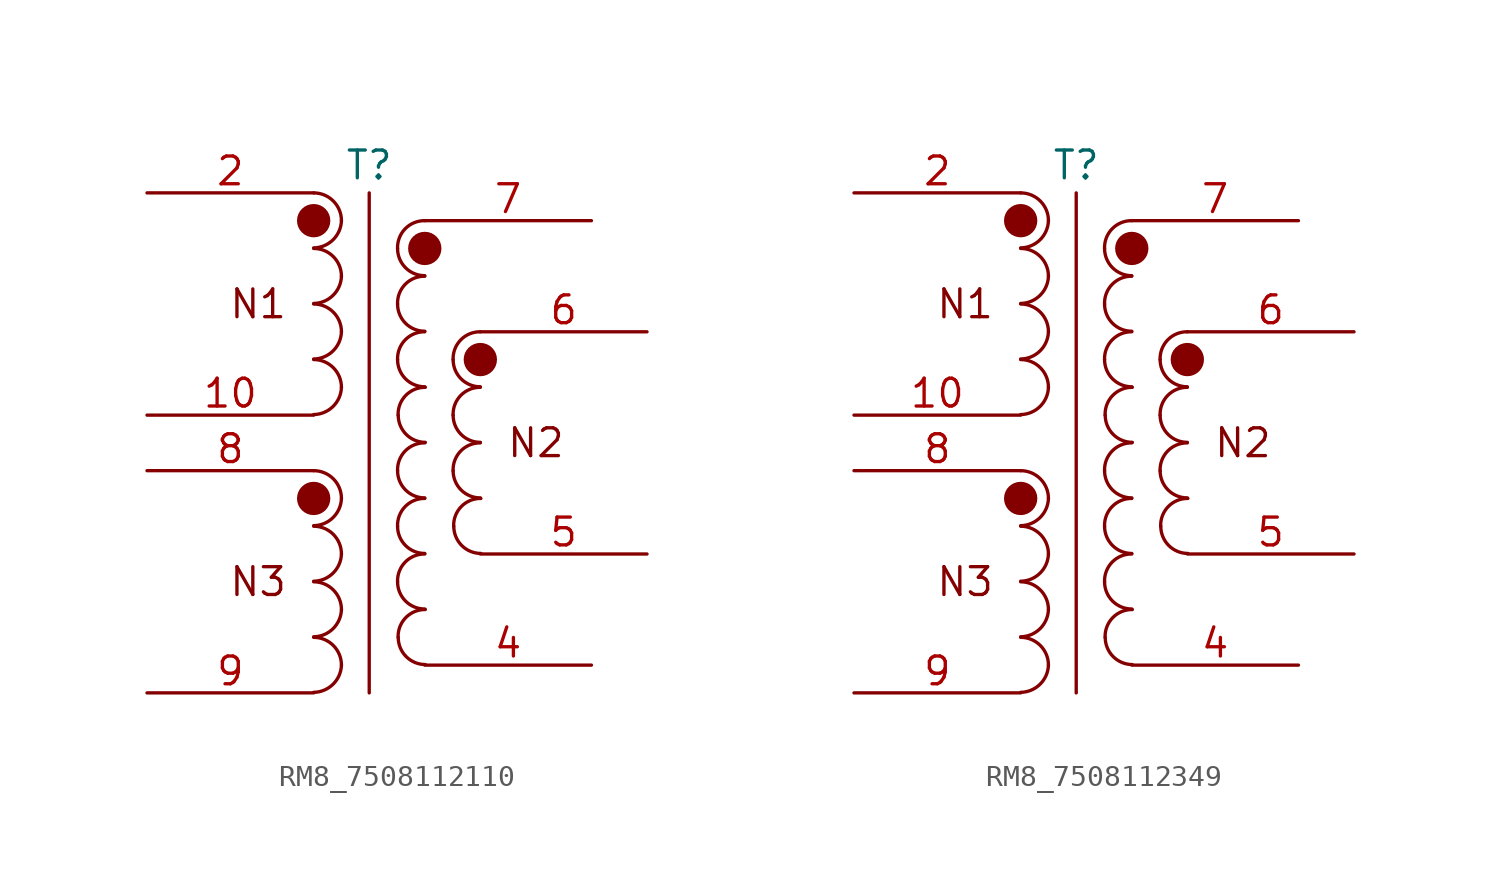
<source format=kicad_sym>
(kicad_symbol_lib
  (version 20220914)
  (generator kicad_symbol_editor)
  (symbol "RM8_7508112110"
    (pin_names hide)
    (property "Reference" "T"
      (at 0 12.7 0)
      (effects (font (size 1.27 1.27))))
    (symbol "RM8_7508112110_0_1"
      (arc (start -2.54 -11.4046) (mid -1.6561 -11.0363) (end -1.27 -10.16) (stroke (width 0) (type default)) (fill (type none)))
      (arc (start -2.54 -8.8646) (mid -1.6561 -8.4963) (end -1.27 -7.62) (stroke (width 0) (type default)) (fill (type none)))
      (arc (start -2.54 -6.3246) (mid -1.6561 -5.9563) (end -1.27 -5.08) (stroke (width 0) (type default)) (fill (type none)))
      (arc (start -2.54 -3.7846) (mid -1.6561 -3.4163) (end -1.27 -2.54) (stroke (width 0) (type default)) (fill (type none)))
      (arc (start -2.54 1.2954) (mid -1.6561 1.6637) (end -1.27 2.54) (stroke (width 0) (type default)) (fill (type none)))
      (arc (start -2.54 3.8354) (mid -1.6561 4.2037) (end -1.27 5.08) (stroke (width 0) (type default)) (fill (type none)))
      (arc (start -2.54 6.3754) (mid -1.6561 6.7437) (end -1.27 7.62) (stroke (width 0) (type default)) (fill (type none)))
      (arc (start -2.54 8.9154) (mid -1.6561 9.2837) (end -1.27 10.16) (stroke (width 0) (type default)) (fill (type none)))
      (arc (start -1.27 -10.16) (mid -1.642 -9.262) (end -2.54 -8.89) (stroke (width 0) (type default)) (fill (type none)))
      (arc (start -1.27 -7.62) (mid -1.642 -6.722) (end -2.54 -6.35) (stroke (width 0) (type default)) (fill (type none)))
      (arc (start -1.27 -5.08) (mid -1.642 -4.182) (end -2.54 -3.81) (stroke (width 0) (type default)) (fill (type none)))
      (arc (start -1.27 -2.54) (mid -1.642 -1.642) (end -2.54 -1.27) (stroke (width 0) (type default)) (fill (type none)))
      (arc (start -1.27 2.54) (mid -1.642 3.438) (end -2.54 3.81) (stroke (width 0) (type default)) (fill (type none)))
      (arc (start -1.27 5.08) (mid -1.642 5.978) (end -2.54 6.35) (stroke (width 0) (type default)) (fill (type none)))
      (arc (start -1.27 7.62) (mid -1.642 8.518) (end -2.54 8.89) (stroke (width 0) (type default)) (fill (type none)))
      (arc (start -1.27 10.16) (mid -1.642 11.058) (end -2.54 11.43) (stroke (width 0) (type default)) (fill (type none)))
      (polyline (pts (xy 0 11.43) (xy 0 -11.43)) (stroke (width 0) (type default)) (fill (type none)))
      (arc (start 1.2954 -6.35) (mid 1.6599 -7.2301) (end 2.54 -7.5946) (stroke (width 0) (type default)) (fill (type none)))
      (arc (start 1.2954 -3.81) (mid 1.6599 -4.6901) (end 2.54 -5.0546) (stroke (width 0) (type default)) (fill (type none)))
      (arc (start 1.2954 -1.27) (mid 1.6599 -2.1501) (end 2.54 -2.5146) (stroke (width 0) (type default)) (fill (type none)))
      (arc (start 1.2954 3.81) (mid 1.6599 2.9299) (end 2.54 2.5654) (stroke (width 0) (type default)) (fill (type none)))
      (arc (start 1.2954 6.35) (mid 1.6599 5.4699) (end 2.54 5.1054) (stroke (width 0) (type default)) (fill (type none)))
      (arc (start 1.2954 8.89) (mid 1.6599 8.0099) (end 2.54 7.6454) (stroke (width 0) (type default)) (fill (type none)))
      (arc (start 1.3208 -8.89) (mid 1.6853 -9.7703) (end 2.5654 -10.1346) (stroke (width 0) (type default)) (fill (type none)))
      (arc (start 1.3208 1.27) (mid 1.6853 0.3897) (end 2.5654 0.0254) (stroke (width 0) (type default)) (fill (type none)))
      (arc (start 2.54 -5.08) (mid 1.6458 -5.4485) (end 1.2954 -6.35) (stroke (width 0) (type default)) (fill (type none)))
      (arc (start 2.54 -2.54) (mid 1.6458 -2.9085) (end 1.2954 -3.81) (stroke (width 0) (type default)) (fill (type none)))
      (arc (start 2.54 0) (mid 1.6458 -0.3685) (end 1.2954 -1.27) (stroke (width 0) (type default)) (fill (type none)))
      (arc (start 2.54 5.08) (mid 1.6458 4.7115) (end 1.2954 3.81) (stroke (width 0) (type default)) (fill (type none)))
      (arc (start 2.54 7.62) (mid 1.6458 7.2515) (end 1.2954 6.35) (stroke (width 0) (type default)) (fill (type none)))
      (arc (start 2.54 10.16) (mid 1.6458 9.7915) (end 1.2954 8.89) (stroke (width 0) (type default)) (fill (type none)))
      (arc (start 2.5654 -7.62) (mid 1.6709 -7.9883) (end 1.3208 -8.89) (stroke (width 0) (type default)) (fill (type none)))
      (arc (start 2.5654 2.54) (mid 1.6709 2.1717) (end 1.3208 1.27) (stroke (width 0) (type default)) (fill (type none)))
      (arc (start 3.8354 -1.27) (mid 4.1999 -2.1501) (end 5.08 -2.5146) (stroke (width 0) (type default)) (fill (type none)))
      (arc (start 3.8354 1.27) (mid 4.1999 0.3899) (end 5.08 0.0254) (stroke (width 0) (type default)) (fill (type none)))
      (arc (start 3.8354 3.81) (mid 4.1999 2.9299) (end 5.08 2.5654) (stroke (width 0) (type default)) (fill (type none)))
      (arc (start 3.8608 -3.81) (mid 4.2254 -4.6899) (end 5.1054 -5.0546) (stroke (width 0) (type default)) (fill (type none)))
      (arc (start 5.08 0) (mid 4.1858 -0.3685) (end 3.8354 -1.27) (stroke (width 0) (type default)) (fill (type none)))
      (arc (start 5.08 2.54) (mid 4.1858 2.1715) (end 3.8354 1.27) (stroke (width 0) (type default)) (fill (type none)))
      (arc (start 5.08 5.08) (mid 4.1858 4.7115) (end 3.8354 3.81) (stroke (width 0) (type default)) (fill (type none)))
      (arc (start 5.1054 -2.54) (mid 4.2109 -2.9083) (end 3.8608 -3.81) (stroke (width 0) (type default)) (fill (type none))))
    (symbol "RM8_7508112110_1_1"
      (circle (center -2.54 -2.54) (radius 0.0001) (stroke (width 0.762) (type default)) (fill (type none)))
      (circle (center -2.54 10.16) (radius 0.0001) (stroke (width 0.762) (type default)) (fill (type none)))
      (circle (center 2.54 8.89) (radius 0.0001) (stroke (width 0.762) (type default)) (fill (type none)))
      (circle (center 5.08 3.81) (radius 0.0001) (stroke (width 0.762) (type default)) (fill (type none)))
      (text "N1" (at -5.08 6.35 0) (effects (font (size 1.27 1.27))))
      (text "N2" (at 7.62 0 0) (effects (font (size 1.27 1.27))))
      (text "N3" (at -5.08 -6.35 0) (effects (font (size 1.27 1.27))))
      (pin passive line (at -10.16 1.27 0) (length 7.62) (name "10" (effects (font (size 1.27 1.27)))) (number "10" (effects (font (size 1.27 1.27)))))
      (pin passive line (at -10.16 11.43 0) (length 7.62) (name "2" (effects (font (size 1.27 1.27)))) (number "2" (effects (font (size 1.27 1.27)))))
      (pin passive line (at 10.16 -10.16 180) (length 7.62) (name "4" (effects (font (size 1.27 1.27)))) (number "4" (effects (font (size 1.27 1.27)))))
      (pin passive line (at 12.7 -5.08 180) (length 7.62) (name "5" (effects (font (size 1.27 1.27)))) (number "5" (effects (font (size 1.27 1.27)))))
      (pin passive line (at 12.7 5.08 180) (length 7.62) (name "6" (effects (font (size 1.27 1.27)))) (number "6" (effects (font (size 1.27 1.27)))))
      (pin passive line (at 10.16 10.16 180) (length 7.62) (name "7" (effects (font (size 1.27 1.27)))) (number "7" (effects (font (size 1.27 1.27)))))
      (pin passive line (at -10.16 -1.27 0) (length 7.62) (name "8" (effects (font (size 1.27 1.27)))) (number "8" (effects (font (size 1.27 1.27)))))
      (pin passive line (at -10.16 -11.43 0) (length 7.62) (name "9" (effects (font (size 1.27 1.27)))) (number "9" (effects (font (size 1.27 1.27)))))))
  (symbol "RM8_7508112349"
    (pin_names hide)
    (property "Reference" "T"
      (at 0 12.7 0)
      (effects (font (size 1.27 1.27))))
    (symbol "RM8_7508112349_0_1"
      (arc (start -2.54 -11.4046) (mid -1.6561 -11.0363) (end -1.27 -10.16) (stroke (width 0) (type default)) (fill (type none)))
      (arc (start -2.54 -8.8646) (mid -1.6561 -8.4963) (end -1.27 -7.62) (stroke (width 0) (type default)) (fill (type none)))
      (arc (start -2.54 -6.3246) (mid -1.6561 -5.9563) (end -1.27 -5.08) (stroke (width 0) (type default)) (fill (type none)))
      (arc (start -2.54 -3.7846) (mid -1.6561 -3.4163) (end -1.27 -2.54) (stroke (width 0) (type default)) (fill (type none)))
      (arc (start -2.54 1.2954) (mid -1.6561 1.6637) (end -1.27 2.54) (stroke (width 0) (type default)) (fill (type none)))
      (arc (start -2.54 3.8354) (mid -1.6561 4.2037) (end -1.27 5.08) (stroke (width 0) (type default)) (fill (type none)))
      (arc (start -2.54 6.3754) (mid -1.6561 6.7437) (end -1.27 7.62) (stroke (width 0) (type default)) (fill (type none)))
      (arc (start -2.54 8.9154) (mid -1.6561 9.2837) (end -1.27 10.16) (stroke (width 0) (type default)) (fill (type none)))
      (arc (start -1.27 -10.16) (mid -1.642 -9.262) (end -2.54 -8.89) (stroke (width 0) (type default)) (fill (type none)))
      (arc (start -1.27 -7.62) (mid -1.642 -6.722) (end -2.54 -6.35) (stroke (width 0) (type default)) (fill (type none)))
      (arc (start -1.27 -5.08) (mid -1.642 -4.182) (end -2.54 -3.81) (stroke (width 0) (type default)) (fill (type none)))
      (arc (start -1.27 -2.54) (mid -1.642 -1.642) (end -2.54 -1.27) (stroke (width 0) (type default)) (fill (type none)))
      (arc (start -1.27 2.54) (mid -1.642 3.438) (end -2.54 3.81) (stroke (width 0) (type default)) (fill (type none)))
      (arc (start -1.27 5.08) (mid -1.642 5.978) (end -2.54 6.35) (stroke (width 0) (type default)) (fill (type none)))
      (arc (start -1.27 7.62) (mid -1.642 8.518) (end -2.54 8.89) (stroke (width 0) (type default)) (fill (type none)))
      (arc (start -1.27 10.16) (mid -1.642 11.058) (end -2.54 11.43) (stroke (width 0) (type default)) (fill (type none)))
      (polyline (pts (xy 0 11.43) (xy 0 -11.43)) (stroke (width 0) (type default)) (fill (type none)))
      (arc (start 1.2954 -6.35) (mid 1.6599 -7.2301) (end 2.54 -7.5946) (stroke (width 0) (type default)) (fill (type none)))
      (arc (start 1.2954 -3.81) (mid 1.6599 -4.6901) (end 2.54 -5.0546) (stroke (width 0) (type default)) (fill (type none)))
      (arc (start 1.2954 -1.27) (mid 1.6599 -2.1501) (end 2.54 -2.5146) (stroke (width 0) (type default)) (fill (type none)))
      (arc (start 1.2954 3.81) (mid 1.6599 2.9299) (end 2.54 2.5654) (stroke (width 0) (type default)) (fill (type none)))
      (arc (start 1.2954 6.35) (mid 1.6599 5.4699) (end 2.54 5.1054) (stroke (width 0) (type default)) (fill (type none)))
      (arc (start 1.2954 8.89) (mid 1.6599 8.0099) (end 2.54 7.6454) (stroke (width 0) (type default)) (fill (type none)))
      (arc (start 1.3208 -8.89) (mid 1.6853 -9.7703) (end 2.5654 -10.1346) (stroke (width 0) (type default)) (fill (type none)))
      (arc (start 1.3208 1.27) (mid 1.6853 0.3897) (end 2.5654 0.0254) (stroke (width 0) (type default)) (fill (type none)))
      (arc (start 2.54 -5.08) (mid 1.6458 -5.4485) (end 1.2954 -6.35) (stroke (width 0) (type default)) (fill (type none)))
      (arc (start 2.54 -2.54) (mid 1.6458 -2.9085) (end 1.2954 -3.81) (stroke (width 0) (type default)) (fill (type none)))
      (arc (start 2.54 0) (mid 1.6458 -0.3685) (end 1.2954 -1.27) (stroke (width 0) (type default)) (fill (type none)))
      (arc (start 2.54 5.08) (mid 1.6458 4.7115) (end 1.2954 3.81) (stroke (width 0) (type default)) (fill (type none)))
      (arc (start 2.54 7.62) (mid 1.6458 7.2515) (end 1.2954 6.35) (stroke (width 0) (type default)) (fill (type none)))
      (arc (start 2.54 10.16) (mid 1.6458 9.7915) (end 1.2954 8.89) (stroke (width 0) (type default)) (fill (type none)))
      (arc (start 2.5654 -7.62) (mid 1.6709 -7.9883) (end 1.3208 -8.89) (stroke (width 0) (type default)) (fill (type none)))
      (arc (start 2.5654 2.54) (mid 1.6709 2.1717) (end 1.3208 1.27) (stroke (width 0) (type default)) (fill (type none)))
      (arc (start 3.8354 -1.27) (mid 4.1999 -2.1501) (end 5.08 -2.5146) (stroke (width 0) (type default)) (fill (type none)))
      (arc (start 3.8354 1.27) (mid 4.1999 0.3899) (end 5.08 0.0254) (stroke (width 0) (type default)) (fill (type none)))
      (arc (start 3.8354 3.81) (mid 4.1999 2.9299) (end 5.08 2.5654) (stroke (width 0) (type default)) (fill (type none)))
      (arc (start 3.8608 -3.81) (mid 4.2254 -4.6899) (end 5.1054 -5.0546) (stroke (width 0) (type default)) (fill (type none)))
      (arc (start 5.08 0) (mid 4.1858 -0.3685) (end 3.8354 -1.27) (stroke (width 0) (type default)) (fill (type none)))
      (arc (start 5.08 2.54) (mid 4.1858 2.1715) (end 3.8354 1.27) (stroke (width 0) (type default)) (fill (type none)))
      (arc (start 5.08 5.08) (mid 4.1858 4.7115) (end 3.8354 3.81) (stroke (width 0) (type default)) (fill (type none)))
      (arc (start 5.1054 -2.54) (mid 4.2109 -2.9083) (end 3.8608 -3.81) (stroke (width 0) (type default)) (fill (type none))))
    (symbol "RM8_7508112349_1_1"
      (circle (center -2.54 -2.54) (radius 0.0001) (stroke (width 0.762) (type default)) (fill (type none)))
      (circle (center -2.54 10.16) (radius 0.0001) (stroke (width 0.762) (type default)) (fill (type none)))
      (circle (center 2.54 8.89) (radius 0.0001) (stroke (width 0.762) (type default)) (fill (type none)))
      (circle (center 5.08 3.81) (radius 0.0001) (stroke (width 0.762) (type default)) (fill (type none)))
      (text "N1" (at -5.08 6.35 0) (effects (font (size 1.27 1.27))))
      (text "N2" (at 7.62 0 0) (effects (font (size 1.27 1.27))))
      (text "N3" (at -5.08 -6.35 0) (effects (font (size 1.27 1.27))))
      (pin passive line (at -10.16 1.27 0) (length 7.62) (name "10" (effects (font (size 1.27 1.27)))) (number "10" (effects (font (size 1.27 1.27)))))
      (pin passive line (at -10.16 11.43 0) (length 7.62) (name "2" (effects (font (size 1.27 1.27)))) (number "2" (effects (font (size 1.27 1.27)))))
      (pin passive line (at 10.16 -10.16 180) (length 7.62) (name "4" (effects (font (size 1.27 1.27)))) (number "4" (effects (font (size 1.27 1.27)))))
      (pin passive line (at 12.7 -5.08 180) (length 7.62) (name "5" (effects (font (size 1.27 1.27)))) (number "5" (effects (font (size 1.27 1.27)))))
      (pin passive line (at 12.7 5.08 180) (length 7.62) (name "6" (effects (font (size 1.27 1.27)))) (number "6" (effects (font (size 1.27 1.27)))))
      (pin passive line (at 10.16 10.16 180) (length 7.62) (name "7" (effects (font (size 1.27 1.27)))) (number "7" (effects (font (size 1.27 1.27)))))
      (pin passive line (at -10.16 -1.27 0) (length 7.62) (name "8" (effects (font (size 1.27 1.27)))) (number "8" (effects (font (size 1.27 1.27)))))
      (pin passive line (at -10.16 -11.43 0) (length 7.62) (name "9" (effects (font (size 1.27 1.27)))) (number "9" (effects (font (size 1.27 1.27))))))))
</source>
